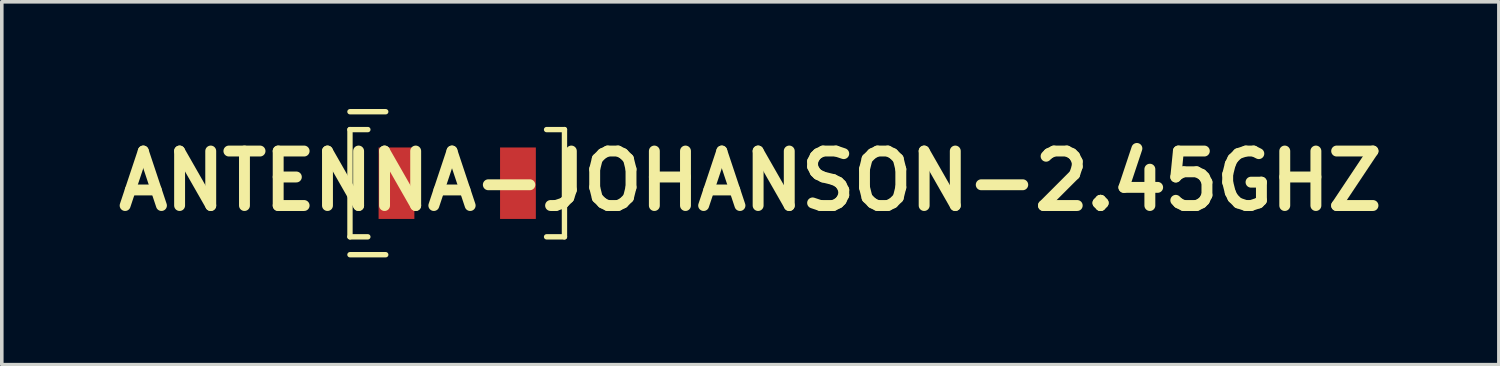
<source format=kicad_pcb>
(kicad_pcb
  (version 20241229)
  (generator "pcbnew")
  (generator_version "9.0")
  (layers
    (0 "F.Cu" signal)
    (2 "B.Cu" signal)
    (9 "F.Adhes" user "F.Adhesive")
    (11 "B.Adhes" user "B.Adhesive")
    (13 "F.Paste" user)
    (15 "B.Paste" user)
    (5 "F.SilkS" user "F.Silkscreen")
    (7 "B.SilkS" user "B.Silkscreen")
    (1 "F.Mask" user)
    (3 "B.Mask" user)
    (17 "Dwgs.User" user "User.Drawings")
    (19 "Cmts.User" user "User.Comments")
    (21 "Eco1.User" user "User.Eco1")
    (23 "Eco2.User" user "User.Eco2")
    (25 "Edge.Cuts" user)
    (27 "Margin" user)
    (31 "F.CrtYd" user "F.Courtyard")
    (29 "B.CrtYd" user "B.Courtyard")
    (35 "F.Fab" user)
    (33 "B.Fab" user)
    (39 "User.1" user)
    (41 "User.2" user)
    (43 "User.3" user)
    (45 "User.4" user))
  (footprint "ANTENNA-JOHANSON-2.45GHZ"
    (layer "F.Cu")
    (at 9.74 2.075 180)
    (property "Reference" "ANTENNA-JOHANSON-2.45GHZ" (at -8.2 0.065 180) (layer "F.SilkS") (effects (font (size 1.524 1.524) (thickness 0.305))))
    (attr through_hole)
    (fp_line (start 3 1.5) (end 2.5 1.5) (stroke (width 0.15) (type solid)) (layer "F.SilkS"))
    (fp_line (start 3 -1.5) (end 3 1.5) (stroke (width 0.15) (type solid)) (layer "F.SilkS"))
    (fp_line (start 2.5 -1.5) (end 3 -1.5) (stroke (width 0.15) (type solid)) (layer "F.SilkS"))
    (fp_line (start 2 2) (end 3 2) (stroke (width 0.15) (type solid)) (layer "F.SilkS"))
    (fp_line (start 2 -2) (end 3 -2) (stroke (width 0.15) (type solid)) (layer "F.SilkS"))
    (fp_line (start -2.5 -1.5) (end -3 -1.5) (stroke (width 0.15) (type solid)) (layer "F.SilkS"))
    (fp_line (start -3 1.5) (end -2.5 1.5) (stroke (width 0.15) (type solid)) (layer "F.SilkS"))
    (fp_line (start -3 -1.5) (end -3 1.5) (stroke (width 0.15) (type solid)) (layer "F.SilkS"))
    (pad "1" smd rect (at 1.699 0 180) (size 1.001 1.999) (layers "F.Cu" "F.Mask" "F.Paste"))
    (pad "2" smd rect (at -1.699 0 180) (size 1.001 1.999) (layers "F.Cu" "F.Mask" "F.Paste")))
  (gr_rect
    (start -3 -3)
    (end 38.879 7.15)
    (stroke (width 0.1) (type default))
    (fill no)
    (layer "Edge.Cuts")))
</source>
